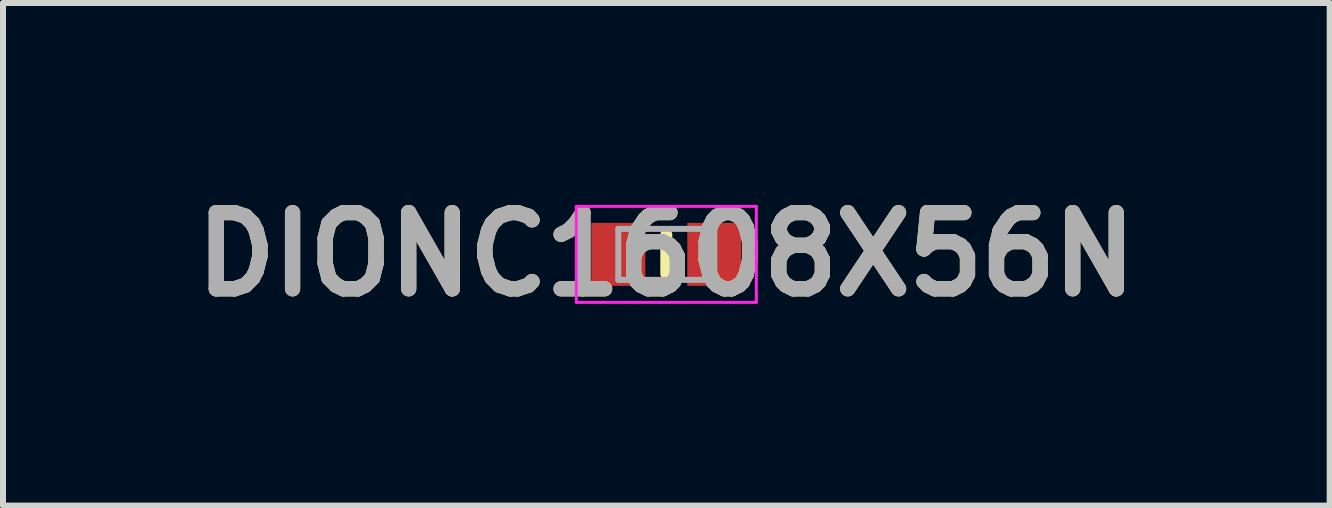
<source format=kicad_pcb>
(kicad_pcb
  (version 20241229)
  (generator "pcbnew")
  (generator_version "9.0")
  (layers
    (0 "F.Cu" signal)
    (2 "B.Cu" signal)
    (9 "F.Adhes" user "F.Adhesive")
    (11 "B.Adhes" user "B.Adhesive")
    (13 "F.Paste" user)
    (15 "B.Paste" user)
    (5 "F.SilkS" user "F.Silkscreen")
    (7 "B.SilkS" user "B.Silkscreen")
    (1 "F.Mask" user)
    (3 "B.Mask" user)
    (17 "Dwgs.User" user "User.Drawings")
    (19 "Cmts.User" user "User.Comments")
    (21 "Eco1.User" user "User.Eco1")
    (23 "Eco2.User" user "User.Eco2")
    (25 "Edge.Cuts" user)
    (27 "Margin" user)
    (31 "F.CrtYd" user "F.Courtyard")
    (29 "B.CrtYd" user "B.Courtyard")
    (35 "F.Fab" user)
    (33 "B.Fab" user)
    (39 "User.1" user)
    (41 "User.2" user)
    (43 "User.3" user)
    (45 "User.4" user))
  (footprint "DIONC1608X56N"
    (layer "F.Cu")
    (at 8.055 1.189)
    (property "Reference" "DIONC1608X56N" (at 0 0 0) (layer "F.SilkS") (effects (font (size 1.27 1.27) (thickness 0.254))))
    (attr smd)
    (fp_line (start 0 -0.325) (end 0 0.325) (stroke (width 0.2) (type solid)) (layer "F.SilkS"))
    (fp_line (start -1.5 -0.8) (end 1.5 -0.8) (stroke (width 0.05) (type solid)) (layer "F.CrtYd"))
    (fp_line (start -1.5 0.8) (end -1.5 -0.8) (stroke (width 0.05) (type solid)) (layer "F.CrtYd"))
    (fp_line (start 1.5 -0.8) (end 1.5 0.8) (stroke (width 0.05) (type solid)) (layer "F.CrtYd"))
    (fp_line (start 1.5 0.8) (end -1.5 0.8) (stroke (width 0.05) (type solid)) (layer "F.CrtYd"))
    (fp_line (start -0.8 -0.425) (end 0.8 -0.425) (stroke (width 0.1) (type solid)) (layer "F.Fab"))
    (fp_line (start -0.8 0.425) (end -0.8 -0.425) (stroke (width 0.1) (type solid)) (layer "F.Fab"))
    (fp_line (start 0.8 -0.425) (end 0.8 0.425) (stroke (width 0.1) (type solid)) (layer "F.Fab"))
    (fp_line (start 0.8 0.425) (end -0.8 0.425) (stroke (width 0.1) (type solid)) (layer "F.Fab"))
    (fp_text user "${REFERENCE}" (at 0 0 0) (layer "F.Fab") (effects (font (size 1.27 1.27) (thickness 0.254))))
    (pad "1" smd rect (at -0.8 0) (size 0.9 1.05) (layers "F.Cu" "F.Mask" "F.Paste"))
    (pad "2" smd rect (at 0.8 0) (size 0.9 1.05) (layers "F.Cu" "F.Mask" "F.Paste")))
  (gr_rect
    (start -3 -3)
    (end 19.111 5.377)
    (stroke (width 0.1) (type default))
    (fill no)
    (layer "Edge.Cuts")))
</source>
